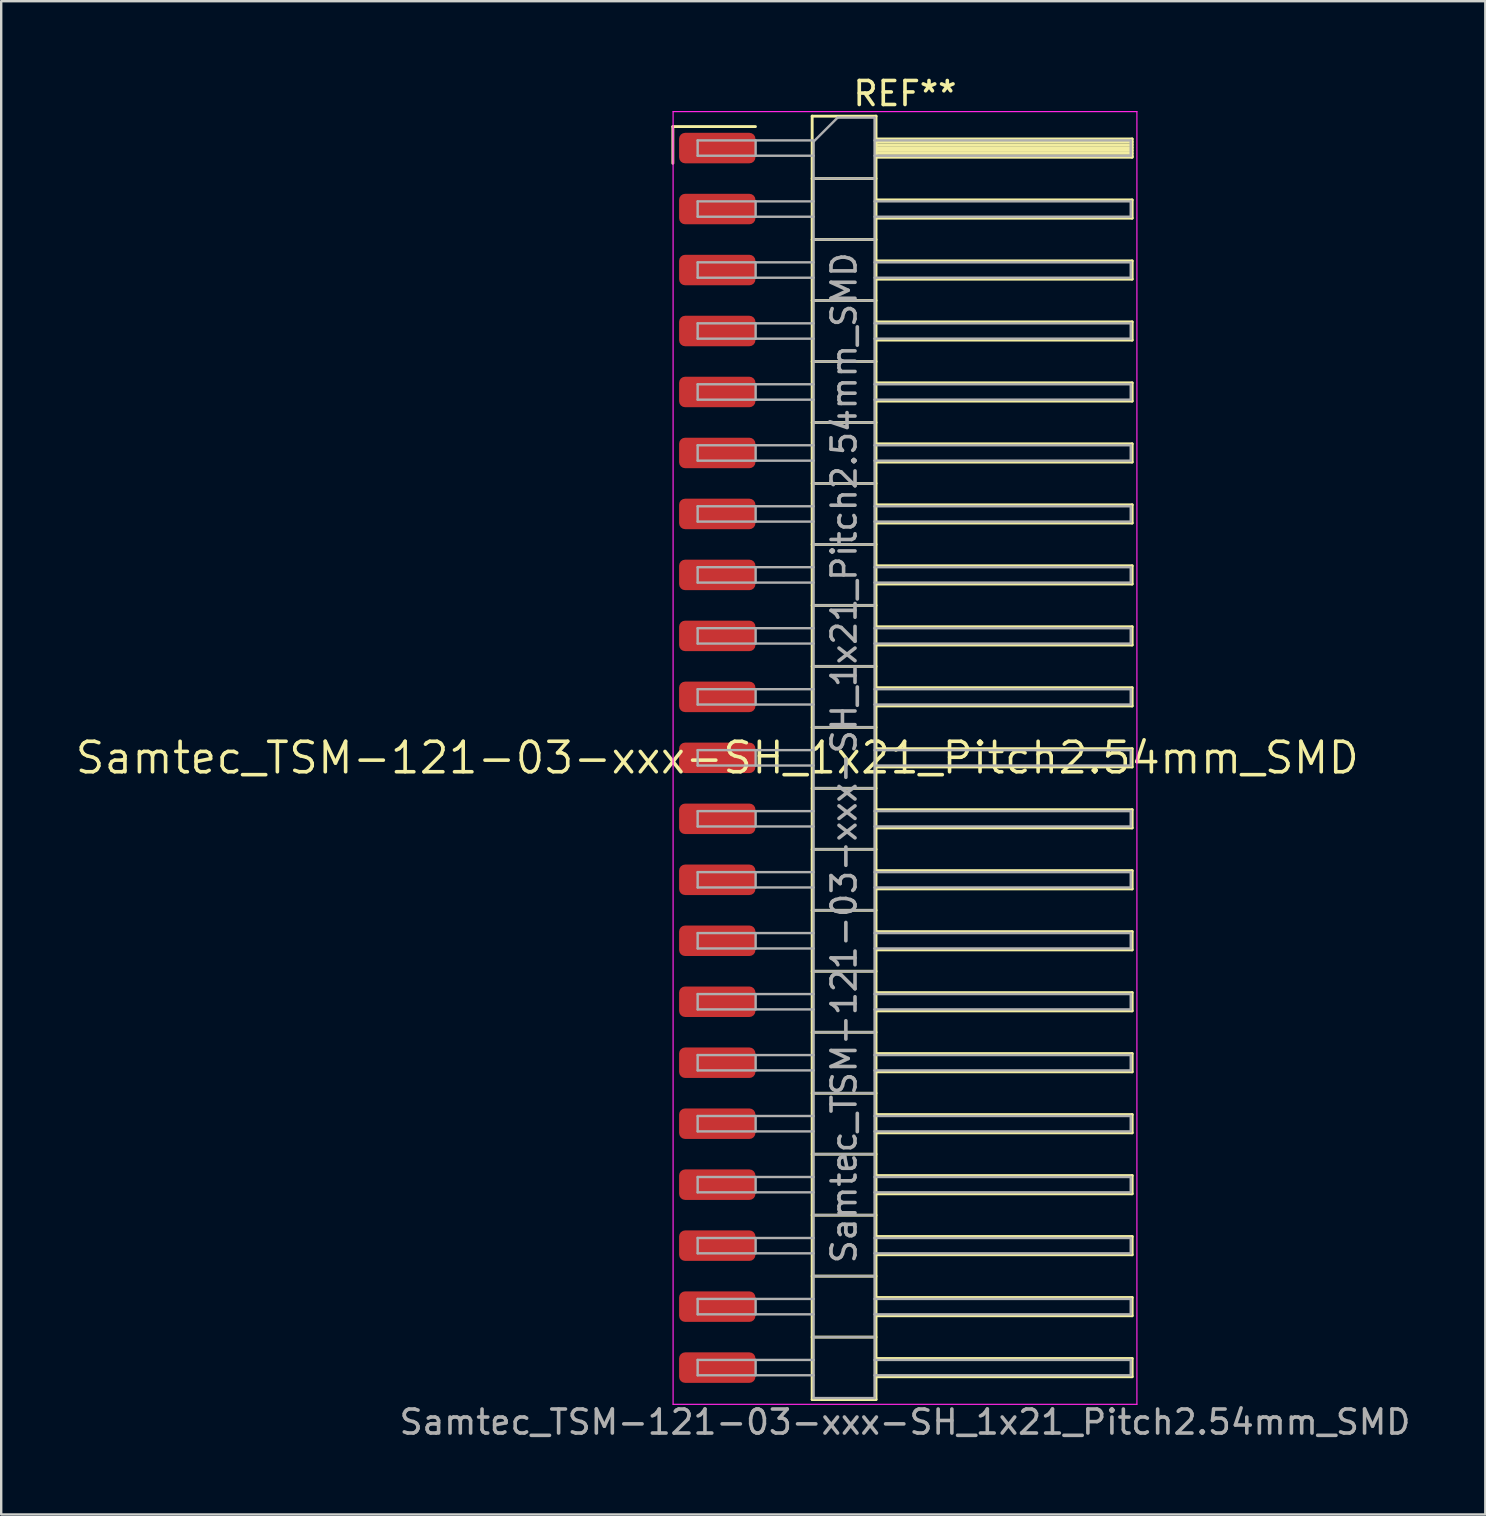
<source format=kicad_pcb>
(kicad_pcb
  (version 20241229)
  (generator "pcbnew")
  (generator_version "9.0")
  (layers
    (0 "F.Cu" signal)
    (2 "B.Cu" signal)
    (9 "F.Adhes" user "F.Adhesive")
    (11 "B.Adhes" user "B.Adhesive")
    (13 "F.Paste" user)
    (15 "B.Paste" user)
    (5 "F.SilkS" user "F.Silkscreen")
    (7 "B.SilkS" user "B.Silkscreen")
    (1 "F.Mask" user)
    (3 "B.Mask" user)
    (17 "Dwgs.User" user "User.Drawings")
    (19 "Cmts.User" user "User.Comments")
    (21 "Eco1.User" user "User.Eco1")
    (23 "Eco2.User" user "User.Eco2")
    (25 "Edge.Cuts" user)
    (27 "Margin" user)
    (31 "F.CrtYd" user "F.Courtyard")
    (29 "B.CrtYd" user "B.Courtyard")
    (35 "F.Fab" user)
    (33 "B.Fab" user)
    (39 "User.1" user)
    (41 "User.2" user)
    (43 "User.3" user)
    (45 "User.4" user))
  (footprint "Samtec_TSM-121-03-xxx-SH_1x21_Pitch2.54mm_SMD"
    (layer "F.Cu")
    (at 26.828 28.518)
    (property "Reference" "Samtec_TSM-121-03-xxx-SH_1x21_Pitch2.54mm_SMD" (at 0 0 0) (layer "F.SilkS") (effects (font (size 1.27 1.27) (thickness 0.15))))
    (attr smd)
    (fp_line (start -1.85 -26.295) (end 1.59 -26.295) (stroke (width 0.12) (type solid)) (layer "F.SilkS"))
    (fp_line (start -1.85 -24.765) (end -1.85 -26.295) (stroke (width 0.12) (type solid)) (layer "F.SilkS"))
    (fp_line (start 3.953 -26.73) (end 6.613 -26.73) (stroke (width 0.12) (type solid)) (layer "F.SilkS"))
    (fp_line (start 3.953 -24.13) (end 6.613 -24.13) (stroke (width 0.12) (type solid)) (layer "F.SilkS"))
    (fp_line (start 3.953 -21.59) (end 6.613 -21.59) (stroke (width 0.12) (type solid)) (layer "F.SilkS"))
    (fp_line (start 3.953 -19.05) (end 6.613 -19.05) (stroke (width 0.12) (type solid)) (layer "F.SilkS"))
    (fp_line (start 3.953 -16.51) (end 6.613 -16.51) (stroke (width 0.12) (type solid)) (layer "F.SilkS"))
    (fp_line (start 3.953 -13.97) (end 6.613 -13.97) (stroke (width 0.12) (type solid)) (layer "F.SilkS"))
    (fp_line (start 3.953 -11.43) (end 6.613 -11.43) (stroke (width 0.12) (type solid)) (layer "F.SilkS"))
    (fp_line (start 3.953 -8.89) (end 6.613 -8.89) (stroke (width 0.12) (type solid)) (layer "F.SilkS"))
    (fp_line (start 3.953 -6.35) (end 6.613 -6.35) (stroke (width 0.12) (type solid)) (layer "F.SilkS"))
    (fp_line (start 3.953 -3.81) (end 6.613 -3.81) (stroke (width 0.12) (type solid)) (layer "F.SilkS"))
    (fp_line (start 3.953 -1.27) (end 6.613 -1.27) (stroke (width 0.12) (type solid)) (layer "F.SilkS"))
    (fp_line (start 3.953 1.27) (end 6.613 1.27) (stroke (width 0.12) (type solid)) (layer "F.SilkS"))
    (fp_line (start 3.953 3.81) (end 6.613 3.81) (stroke (width 0.12) (type solid)) (layer "F.SilkS"))
    (fp_line (start 3.953 6.35) (end 6.613 6.35) (stroke (width 0.12) (type solid)) (layer "F.SilkS"))
    (fp_line (start 3.953 8.89) (end 6.613 8.89) (stroke (width 0.12) (type solid)) (layer "F.SilkS"))
    (fp_line (start 3.953 11.43) (end 6.613 11.43) (stroke (width 0.12) (type solid)) (layer "F.SilkS"))
    (fp_line (start 3.953 13.97) (end 6.613 13.97) (stroke (width 0.12) (type solid)) (layer "F.SilkS"))
    (fp_line (start 3.953 16.51) (end 6.613 16.51) (stroke (width 0.12) (type solid)) (layer "F.SilkS"))
    (fp_line (start 3.953 19.05) (end 6.613 19.05) (stroke (width 0.12) (type solid)) (layer "F.SilkS"))
    (fp_line (start 3.953 21.59) (end 6.613 21.59) (stroke (width 0.12) (type solid)) (layer "F.SilkS"))
    (fp_line (start 3.953 24.13) (end 6.613 24.13) (stroke (width 0.12) (type solid)) (layer "F.SilkS"))
    (fp_line (start 3.953 26.73) (end 3.953 -26.73) (stroke (width 0.12) (type solid)) (layer "F.SilkS"))
    (fp_line (start 6.613 -26.73) (end 6.613 26.73) (stroke (width 0.12) (type solid)) (layer "F.SilkS"))
    (fp_line (start 6.613 -25.78) (end 17.283 -25.78) (stroke (width 0.12) (type solid)) (layer "F.SilkS"))
    (fp_line (start 6.613 -25.66) (end 17.283 -25.66) (stroke (width 0.12) (type solid)) (layer "F.SilkS"))
    (fp_line (start 6.613 -25.54) (end 17.283 -25.54) (stroke (width 0.12) (type solid)) (layer "F.SilkS"))
    (fp_line (start 6.613 -25.42) (end 17.283 -25.42) (stroke (width 0.12) (type solid)) (layer "F.SilkS"))
    (fp_line (start 6.613 -25.3) (end 17.283 -25.3) (stroke (width 0.12) (type solid)) (layer "F.SilkS"))
    (fp_line (start 6.613 -25.18) (end 17.283 -25.18) (stroke (width 0.12) (type solid)) (layer "F.SilkS"))
    (fp_line (start 6.613 -25.06) (end 17.283 -25.06) (stroke (width 0.12) (type solid)) (layer "F.SilkS"))
    (fp_line (start 6.613 -25.02) (end 17.283 -25.02) (stroke (width 0.12) (type solid)) (layer "F.SilkS"))
    (fp_line (start 6.613 -23.24) (end 17.283 -23.24) (stroke (width 0.12) (type solid)) (layer "F.SilkS"))
    (fp_line (start 6.613 -22.48) (end 17.283 -22.48) (stroke (width 0.12) (type solid)) (layer "F.SilkS"))
    (fp_line (start 6.613 -20.7) (end 17.283 -20.7) (stroke (width 0.12) (type solid)) (layer "F.SilkS"))
    (fp_line (start 6.613 -19.94) (end 17.283 -19.94) (stroke (width 0.12) (type solid)) (layer "F.SilkS"))
    (fp_line (start 6.613 -18.16) (end 17.283 -18.16) (stroke (width 0.12) (type solid)) (layer "F.SilkS"))
    (fp_line (start 6.613 -17.4) (end 17.283 -17.4) (stroke (width 0.12) (type solid)) (layer "F.SilkS"))
    (fp_line (start 6.613 -15.62) (end 17.283 -15.62) (stroke (width 0.12) (type solid)) (layer "F.SilkS"))
    (fp_line (start 6.613 -14.86) (end 17.283 -14.86) (stroke (width 0.12) (type solid)) (layer "F.SilkS"))
    (fp_line (start 6.613 -13.08) (end 17.283 -13.08) (stroke (width 0.12) (type solid)) (layer "F.SilkS"))
    (fp_line (start 6.613 -12.32) (end 17.283 -12.32) (stroke (width 0.12) (type solid)) (layer "F.SilkS"))
    (fp_line (start 6.613 -10.54) (end 17.283 -10.54) (stroke (width 0.12) (type solid)) (layer "F.SilkS"))
    (fp_line (start 6.613 -9.78) (end 17.283 -9.78) (stroke (width 0.12) (type solid)) (layer "F.SilkS"))
    (fp_line (start 6.613 -8) (end 17.283 -8) (stroke (width 0.12) (type solid)) (layer "F.SilkS"))
    (fp_line (start 6.613 -7.24) (end 17.283 -7.24) (stroke (width 0.12) (type solid)) (layer "F.SilkS"))
    (fp_line (start 6.613 -5.46) (end 17.283 -5.46) (stroke (width 0.12) (type solid)) (layer "F.SilkS"))
    (fp_line (start 6.613 -4.7) (end 17.283 -4.7) (stroke (width 0.12) (type solid)) (layer "F.SilkS"))
    (fp_line (start 6.613 -2.92) (end 17.283 -2.92) (stroke (width 0.12) (type solid)) (layer "F.SilkS"))
    (fp_line (start 6.613 -2.16) (end 17.283 -2.16) (stroke (width 0.12) (type solid)) (layer "F.SilkS"))
    (fp_line (start 6.613 -0.38) (end 17.283 -0.38) (stroke (width 0.12) (type solid)) (layer "F.SilkS"))
    (fp_line (start 6.613 0.38) (end 17.283 0.38) (stroke (width 0.12) (type solid)) (layer "F.SilkS"))
    (fp_line (start 6.613 2.16) (end 17.283 2.16) (stroke (width 0.12) (type solid)) (layer "F.SilkS"))
    (fp_line (start 6.613 2.92) (end 17.283 2.92) (stroke (width 0.12) (type solid)) (layer "F.SilkS"))
    (fp_line (start 6.613 4.7) (end 17.283 4.7) (stroke (width 0.12) (type solid)) (layer "F.SilkS"))
    (fp_line (start 6.613 5.46) (end 17.283 5.46) (stroke (width 0.12) (type solid)) (layer "F.SilkS"))
    (fp_line (start 6.613 7.24) (end 17.283 7.24) (stroke (width 0.12) (type solid)) (layer "F.SilkS"))
    (fp_line (start 6.613 8) (end 17.283 8) (stroke (width 0.12) (type solid)) (layer "F.SilkS"))
    (fp_line (start 6.613 9.78) (end 17.283 9.78) (stroke (width 0.12) (type solid)) (layer "F.SilkS"))
    (fp_line (start 6.613 10.54) (end 17.283 10.54) (stroke (width 0.12) (type solid)) (layer "F.SilkS"))
    (fp_line (start 6.613 12.32) (end 17.283 12.32) (stroke (width 0.12) (type solid)) (layer "F.SilkS"))
    (fp_line (start 6.613 13.08) (end 17.283 13.08) (stroke (width 0.12) (type solid)) (layer "F.SilkS"))
    (fp_line (start 6.613 14.86) (end 17.283 14.86) (stroke (width 0.12) (type solid)) (layer "F.SilkS"))
    (fp_line (start 6.613 15.62) (end 17.283 15.62) (stroke (width 0.12) (type solid)) (layer "F.SilkS"))
    (fp_line (start 6.613 17.4) (end 17.283 17.4) (stroke (width 0.12) (type solid)) (layer "F.SilkS"))
    (fp_line (start 6.613 18.16) (end 17.283 18.16) (stroke (width 0.12) (type solid)) (layer "F.SilkS"))
    (fp_line (start 6.613 19.94) (end 17.283 19.94) (stroke (width 0.12) (type solid)) (layer "F.SilkS"))
    (fp_line (start 6.613 20.7) (end 17.283 20.7) (stroke (width 0.12) (type solid)) (layer "F.SilkS"))
    (fp_line (start 6.613 22.48) (end 17.283 22.48) (stroke (width 0.12) (type solid)) (layer "F.SilkS"))
    (fp_line (start 6.613 23.24) (end 17.283 23.24) (stroke (width 0.12) (type solid)) (layer "F.SilkS"))
    (fp_line (start 6.613 25.02) (end 17.283 25.02) (stroke (width 0.12) (type solid)) (layer "F.SilkS"))
    (fp_line (start 6.613 25.78) (end 17.283 25.78) (stroke (width 0.12) (type solid)) (layer "F.SilkS"))
    (fp_line (start 6.613 26.73) (end 3.953 26.73) (stroke (width 0.12) (type solid)) (layer "F.SilkS"))
    (fp_line (start 17.283 -25.78) (end 17.283 -25.02) (stroke (width 0.12) (type solid)) (layer "F.SilkS"))
    (fp_line (start 17.283 -23.24) (end 17.283 -22.48) (stroke (width 0.12) (type solid)) (layer "F.SilkS"))
    (fp_line (start 17.283 -20.7) (end 17.283 -19.94) (stroke (width 0.12) (type solid)) (layer "F.SilkS"))
    (fp_line (start 17.283 -18.16) (end 17.283 -17.4) (stroke (width 0.12) (type solid)) (layer "F.SilkS"))
    (fp_line (start 17.283 -15.62) (end 17.283 -14.86) (stroke (width 0.12) (type solid)) (layer "F.SilkS"))
    (fp_line (start 17.283 -13.08) (end 17.283 -12.32) (stroke (width 0.12) (type solid)) (layer "F.SilkS"))
    (fp_line (start 17.283 -10.54) (end 17.283 -9.78) (stroke (width 0.12) (type solid)) (layer "F.SilkS"))
    (fp_line (start 17.283 -8) (end 17.283 -7.24) (stroke (width 0.12) (type solid)) (layer "F.SilkS"))
    (fp_line (start 17.283 -5.46) (end 17.283 -4.7) (stroke (width 0.12) (type solid)) (layer "F.SilkS"))
    (fp_line (start 17.283 -2.92) (end 17.283 -2.16) (stroke (width 0.12) (type solid)) (layer "F.SilkS"))
    (fp_line (start 17.283 -0.38) (end 17.283 0.38) (stroke (width 0.12) (type solid)) (layer "F.SilkS"))
    (fp_line (start 17.283 2.16) (end 17.283 2.92) (stroke (width 0.12) (type solid)) (layer "F.SilkS"))
    (fp_line (start 17.283 4.7) (end 17.283 5.46) (stroke (width 0.12) (type solid)) (layer "F.SilkS"))
    (fp_line (start 17.283 7.24) (end 17.283 8) (stroke (width 0.12) (type solid)) (layer "F.SilkS"))
    (fp_line (start 17.283 9.78) (end 17.283 10.54) (stroke (width 0.12) (type solid)) (layer "F.SilkS"))
    (fp_line (start 17.283 12.32) (end 17.283 13.08) (stroke (width 0.12) (type solid)) (layer "F.SilkS"))
    (fp_line (start 17.283 14.86) (end 17.283 15.62) (stroke (width 0.12) (type solid)) (layer "F.SilkS"))
    (fp_line (start 17.283 17.4) (end 17.283 18.16) (stroke (width 0.12) (type solid)) (layer "F.SilkS"))
    (fp_line (start 17.283 19.94) (end 17.283 20.7) (stroke (width 0.12) (type solid)) (layer "F.SilkS"))
    (fp_line (start 17.283 22.48) (end 17.283 23.24) (stroke (width 0.12) (type solid)) (layer "F.SilkS"))
    (fp_line (start 17.283 25.02) (end 17.283 25.78) (stroke (width 0.12) (type solid)) (layer "F.SilkS"))
    (fp_line (start -1.84 -26.92) (end 17.48 -26.92) (stroke (width 0.05) (type solid)) (layer "F.CrtYd"))
    (fp_line (start -1.84 26.93) (end -1.84 -26.92) (stroke (width 0.05) (type solid)) (layer "F.CrtYd"))
    (fp_line (start 17.48 -26.92) (end 17.48 26.93) (stroke (width 0.05) (type solid)) (layer "F.CrtYd"))
    (fp_line (start 17.48 26.93) (end -1.84 26.93) (stroke (width 0.05) (type solid)) (layer "F.CrtYd"))
    (fp_line (start -0.817 -25.72) (end -0.817 -25.08) (stroke (width 0.1) (type solid)) (layer "F.Fab"))
    (fp_line (start -0.817 -25.72) (end 4.013 -25.72) (stroke (width 0.1) (type solid)) (layer "F.Fab"))
    (fp_line (start -0.817 -25.08) (end 4.013 -25.08) (stroke (width 0.1) (type solid)) (layer "F.Fab"))
    (fp_line (start -0.817 -23.18) (end -0.817 -22.54) (stroke (width 0.1) (type solid)) (layer "F.Fab"))
    (fp_line (start -0.817 -23.18) (end 4.013 -23.18) (stroke (width 0.1) (type solid)) (layer "F.Fab"))
    (fp_line (start -0.817 -22.54) (end 4.013 -22.54) (stroke (width 0.1) (type solid)) (layer "F.Fab"))
    (fp_line (start -0.817 -20.64) (end -0.817 -20) (stroke (width 0.1) (type solid)) (layer "F.Fab"))
    (fp_line (start -0.817 -20.64) (end 4.013 -20.64) (stroke (width 0.1) (type solid)) (layer "F.Fab"))
    (fp_line (start -0.817 -20) (end 4.013 -20) (stroke (width 0.1) (type solid)) (layer "F.Fab"))
    (fp_line (start -0.817 -18.1) (end -0.817 -17.46) (stroke (width 0.1) (type solid)) (layer "F.Fab"))
    (fp_line (start -0.817 -18.1) (end 4.013 -18.1) (stroke (width 0.1) (type solid)) (layer "F.Fab"))
    (fp_line (start -0.817 -17.46) (end 4.013 -17.46) (stroke (width 0.1) (type solid)) (layer "F.Fab"))
    (fp_line (start -0.817 -15.56) (end -0.817 -14.92) (stroke (width 0.1) (type solid)) (layer "F.Fab"))
    (fp_line (start -0.817 -15.56) (end 4.013 -15.56) (stroke (width 0.1) (type solid)) (layer "F.Fab"))
    (fp_line (start -0.817 -14.92) (end 4.013 -14.92) (stroke (width 0.1) (type solid)) (layer "F.Fab"))
    (fp_line (start -0.817 -13.02) (end -0.817 -12.38) (stroke (width 0.1) (type solid)) (layer "F.Fab"))
    (fp_line (start -0.817 -13.02) (end 4.013 -13.02) (stroke (width 0.1) (type solid)) (layer "F.Fab"))
    (fp_line (start -0.817 -12.38) (end 4.013 -12.38) (stroke (width 0.1) (type solid)) (layer "F.Fab"))
    (fp_line (start -0.817 -10.48) (end -0.817 -9.84) (stroke (width 0.1) (type solid)) (layer "F.Fab"))
    (fp_line (start -0.817 -10.48) (end 4.013 -10.48) (stroke (width 0.1) (type solid)) (layer "F.Fab"))
    (fp_line (start -0.817 -9.84) (end 4.013 -9.84) (stroke (width 0.1) (type solid)) (layer "F.Fab"))
    (fp_line (start -0.817 -7.94) (end -0.817 -7.3) (stroke (width 0.1) (type solid)) (layer "F.Fab"))
    (fp_line (start -0.817 -7.94) (end 4.013 -7.94) (stroke (width 0.1) (type solid)) (layer "F.Fab"))
    (fp_line (start -0.817 -7.3) (end 4.013 -7.3) (stroke (width 0.1) (type solid)) (layer "F.Fab"))
    (fp_line (start -0.817 -5.4) (end -0.817 -4.76) (stroke (width 0.1) (type solid)) (layer "F.Fab"))
    (fp_line (start -0.817 -5.4) (end 4.013 -5.4) (stroke (width 0.1) (type solid)) (layer "F.Fab"))
    (fp_line (start -0.817 -4.76) (end 4.013 -4.76) (stroke (width 0.1) (type solid)) (layer "F.Fab"))
    (fp_line (start -0.817 -2.86) (end -0.817 -2.22) (stroke (width 0.1) (type solid)) (layer "F.Fab"))
    (fp_line (start -0.817 -2.86) (end 4.013 -2.86) (stroke (width 0.1) (type solid)) (layer "F.Fab"))
    (fp_line (start -0.817 -2.22) (end 4.013 -2.22) (stroke (width 0.1) (type solid)) (layer "F.Fab"))
    (fp_line (start -0.817 -0.32) (end -0.817 0.32) (stroke (width 0.1) (type solid)) (layer "F.Fab"))
    (fp_line (start -0.817 -0.32) (end 4.013 -0.32) (stroke (width 0.1) (type solid)) (layer "F.Fab"))
    (fp_line (start -0.817 0.32) (end 4.013 0.32) (stroke (width 0.1) (type solid)) (layer "F.Fab"))
    (fp_line (start -0.817 2.22) (end -0.817 2.86) (stroke (width 0.1) (type solid)) (layer "F.Fab"))
    (fp_line (start -0.817 2.22) (end 4.013 2.22) (stroke (width 0.1) (type solid)) (layer "F.Fab"))
    (fp_line (start -0.817 2.86) (end 4.013 2.86) (stroke (width 0.1) (type solid)) (layer "F.Fab"))
    (fp_line (start -0.817 4.76) (end -0.817 5.4) (stroke (width 0.1) (type solid)) (layer "F.Fab"))
    (fp_line (start -0.817 4.76) (end 4.013 4.76) (stroke (width 0.1) (type solid)) (layer "F.Fab"))
    (fp_line (start -0.817 5.4) (end 4.013 5.4) (stroke (width 0.1) (type solid)) (layer "F.Fab"))
    (fp_line (start -0.817 7.3) (end -0.817 7.94) (stroke (width 0.1) (type solid)) (layer "F.Fab"))
    (fp_line (start -0.817 7.3) (end 4.013 7.3) (stroke (width 0.1) (type solid)) (layer "F.Fab"))
    (fp_line (start -0.817 7.94) (end 4.013 7.94) (stroke (width 0.1) (type solid)) (layer "F.Fab"))
    (fp_line (start -0.817 9.84) (end -0.817 10.48) (stroke (width 0.1) (type solid)) (layer "F.Fab"))
    (fp_line (start -0.817 9.84) (end 4.013 9.84) (stroke (width 0.1) (type solid)) (layer "F.Fab"))
    (fp_line (start -0.817 10.48) (end 4.013 10.48) (stroke (width 0.1) (type solid)) (layer "F.Fab"))
    (fp_line (start -0.817 12.38) (end -0.817 13.02) (stroke (width 0.1) (type solid)) (layer "F.Fab"))
    (fp_line (start -0.817 12.38) (end 4.013 12.38) (stroke (width 0.1) (type solid)) (layer "F.Fab"))
    (fp_line (start -0.817 13.02) (end 4.013 13.02) (stroke (width 0.1) (type solid)) (layer "F.Fab"))
    (fp_line (start -0.817 14.92) (end -0.817 15.56) (stroke (width 0.1) (type solid)) (layer "F.Fab"))
    (fp_line (start -0.817 14.92) (end 4.013 14.92) (stroke (width 0.1) (type solid)) (layer "F.Fab"))
    (fp_line (start -0.817 15.56) (end 4.013 15.56) (stroke (width 0.1) (type solid)) (layer "F.Fab"))
    (fp_line (start -0.817 17.46) (end -0.817 18.1) (stroke (width 0.1) (type solid)) (layer "F.Fab"))
    (fp_line (start -0.817 17.46) (end 4.013 17.46) (stroke (width 0.1) (type solid)) (layer "F.Fab"))
    (fp_line (start -0.817 18.1) (end 4.013 18.1) (stroke (width 0.1) (type solid)) (layer "F.Fab"))
    (fp_line (start -0.817 20) (end -0.817 20.64) (stroke (width 0.1) (type solid)) (layer "F.Fab"))
    (fp_line (start -0.817 20) (end 4.013 20) (stroke (width 0.1) (type solid)) (layer "F.Fab"))
    (fp_line (start -0.817 20.64) (end 4.013 20.64) (stroke (width 0.1) (type solid)) (layer "F.Fab"))
    (fp_line (start -0.817 22.54) (end -0.817 23.18) (stroke (width 0.1) (type solid)) (layer "F.Fab"))
    (fp_line (start -0.817 22.54) (end 4.013 22.54) (stroke (width 0.1) (type solid)) (layer "F.Fab"))
    (fp_line (start -0.817 23.18) (end 4.013 23.18) (stroke (width 0.1) (type solid)) (layer "F.Fab"))
    (fp_line (start -0.817 25.08) (end -0.817 25.72) (stroke (width 0.1) (type solid)) (layer "F.Fab"))
    (fp_line (start -0.817 25.08) (end 4.013 25.08) (stroke (width 0.1) (type solid)) (layer "F.Fab"))
    (fp_line (start -0.817 25.72) (end 4.013 25.72) (stroke (width 0.1) (type solid)) (layer "F.Fab"))
    (fp_line (start 1.598 -25.72) (end 1.598 -25.08) (stroke (width 0.1) (type solid)) (layer "F.Fab"))
    (fp_line (start 1.598 -23.18) (end 1.598 -22.54) (stroke (width 0.1) (type solid)) (layer "F.Fab"))
    (fp_line (start 1.598 -20.64) (end 1.598 -20) (stroke (width 0.1) (type solid)) (layer "F.Fab"))
    (fp_line (start 1.598 -18.1) (end 1.598 -17.46) (stroke (width 0.1) (type solid)) (layer "F.Fab"))
    (fp_line (start 1.598 -15.56) (end 1.598 -14.92) (stroke (width 0.1) (type solid)) (layer "F.Fab"))
    (fp_line (start 1.598 -13.02) (end 1.598 -12.38) (stroke (width 0.1) (type solid)) (layer "F.Fab"))
    (fp_line (start 1.598 -10.48) (end 1.598 -9.84) (stroke (width 0.1) (type solid)) (layer "F.Fab"))
    (fp_line (start 1.598 -7.94) (end 1.598 -7.3) (stroke (width 0.1) (type solid)) (layer "F.Fab"))
    (fp_line (start 1.598 -5.4) (end 1.598 -4.76) (stroke (width 0.1) (type solid)) (layer "F.Fab"))
    (fp_line (start 1.598 -2.86) (end 1.598 -2.22) (stroke (width 0.1) (type solid)) (layer "F.Fab"))
    (fp_line (start 1.598 -0.32) (end 1.598 0.32) (stroke (width 0.1) (type solid)) (layer "F.Fab"))
    (fp_line (start 1.598 2.22) (end 1.598 2.86) (stroke (width 0.1) (type solid)) (layer "F.Fab"))
    (fp_line (start 1.598 4.76) (end 1.598 5.4) (stroke (width 0.1) (type solid)) (layer "F.Fab"))
    (fp_line (start 1.598 7.3) (end 1.598 7.94) (stroke (width 0.1) (type solid)) (layer "F.Fab"))
    (fp_line (start 1.598 9.84) (end 1.598 10.48) (stroke (width 0.1) (type solid)) (layer "F.Fab"))
    (fp_line (start 1.598 12.38) (end 1.598 13.02) (stroke (width 0.1) (type solid)) (layer "F.Fab"))
    (fp_line (start 1.598 14.92) (end 1.598 15.56) (stroke (width 0.1) (type solid)) (layer "F.Fab"))
    (fp_line (start 1.598 17.46) (end 1.598 18.1) (stroke (width 0.1) (type solid)) (layer "F.Fab"))
    (fp_line (start 1.598 20) (end 1.598 20.64) (stroke (width 0.1) (type solid)) (layer "F.Fab"))
    (fp_line (start 1.598 22.54) (end 1.598 23.18) (stroke (width 0.1) (type solid)) (layer "F.Fab"))
    (fp_line (start 1.598 25.08) (end 1.598 25.72) (stroke (width 0.1) (type solid)) (layer "F.Fab"))
    (fp_line (start 4.013 -25.67) (end 5.013 -26.67) (stroke (width 0.1) (type solid)) (layer "F.Fab"))
    (fp_line (start 4.013 -24.13) (end 6.553 -24.13) (stroke (width 0.1) (type solid)) (layer "F.Fab"))
    (fp_line (start 4.013 -21.59) (end 6.553 -21.59) (stroke (width 0.1) (type solid)) (layer "F.Fab"))
    (fp_line (start 4.013 -19.05) (end 6.553 -19.05) (stroke (width 0.1) (type solid)) (layer "F.Fab"))
    (fp_line (start 4.013 -16.51) (end 6.553 -16.51) (stroke (width 0.1) (type solid)) (layer "F.Fab"))
    (fp_line (start 4.013 -13.97) (end 6.553 -13.97) (stroke (width 0.1) (type solid)) (layer "F.Fab"))
    (fp_line (start 4.013 -11.43) (end 6.553 -11.43) (stroke (width 0.1) (type solid)) (layer "F.Fab"))
    (fp_line (start 4.013 -8.89) (end 6.553 -8.89) (stroke (width 0.1) (type solid)) (layer "F.Fab"))
    (fp_line (start 4.013 -6.35) (end 6.553 -6.35) (stroke (width 0.1) (type solid)) (layer "F.Fab"))
    (fp_line (start 4.013 -3.81) (end 6.553 -3.81) (stroke (width 0.1) (type solid)) (layer "F.Fab"))
    (fp_line (start 4.013 -1.27) (end 6.553 -1.27) (stroke (width 0.1) (type solid)) (layer "F.Fab"))
    (fp_line (start 4.013 1.27) (end 6.553 1.27) (stroke (width 0.1) (type solid)) (layer "F.Fab"))
    (fp_line (start 4.013 3.81) (end 6.553 3.81) (stroke (width 0.1) (type solid)) (layer "F.Fab"))
    (fp_line (start 4.013 6.35) (end 6.553 6.35) (stroke (width 0.1) (type solid)) (layer "F.Fab"))
    (fp_line (start 4.013 8.89) (end 6.553 8.89) (stroke (width 0.1) (type solid)) (layer "F.Fab"))
    (fp_line (start 4.013 11.43) (end 6.553 11.43) (stroke (width 0.1) (type solid)) (layer "F.Fab"))
    (fp_line (start 4.013 13.97) (end 6.553 13.97) (stroke (width 0.1) (type solid)) (layer "F.Fab"))
    (fp_line (start 4.013 16.51) (end 6.553 16.51) (stroke (width 0.1) (type solid)) (layer "F.Fab"))
    (fp_line (start 4.013 19.05) (end 6.553 19.05) (stroke (width 0.1) (type solid)) (layer "F.Fab"))
    (fp_line (start 4.013 21.59) (end 6.553 21.59) (stroke (width 0.1) (type solid)) (layer "F.Fab"))
    (fp_line (start 4.013 24.13) (end 6.553 24.13) (stroke (width 0.1) (type solid)) (layer "F.Fab"))
    (fp_line (start 4.013 26.67) (end 4.013 -25.67) (stroke (width 0.1) (type solid)) (layer "F.Fab"))
    (fp_line (start 5.013 -26.67) (end 6.553 -26.67) (stroke (width 0.1) (type solid)) (layer "F.Fab"))
    (fp_line (start 6.553 -26.67) (end 6.553 26.67) (stroke (width 0.1) (type solid)) (layer "F.Fab"))
    (fp_line (start 6.553 -25.72) (end 17.223 -25.72) (stroke (width 0.1) (type solid)) (layer "F.Fab"))
    (fp_line (start 6.553 -25.08) (end 17.223 -25.08) (stroke (width 0.1) (type solid)) (layer "F.Fab"))
    (fp_line (start 6.553 -23.18) (end 17.223 -23.18) (stroke (width 0.1) (type solid)) (layer "F.Fab"))
    (fp_line (start 6.553 -22.54) (end 17.223 -22.54) (stroke (width 0.1) (type solid)) (layer "F.Fab"))
    (fp_line (start 6.553 -20.64) (end 17.223 -20.64) (stroke (width 0.1) (type solid)) (layer "F.Fab"))
    (fp_line (start 6.553 -20) (end 17.223 -20) (stroke (width 0.1) (type solid)) (layer "F.Fab"))
    (fp_line (start 6.553 -18.1) (end 17.223 -18.1) (stroke (width 0.1) (type solid)) (layer "F.Fab"))
    (fp_line (start 6.553 -17.46) (end 17.223 -17.46) (stroke (width 0.1) (type solid)) (layer "F.Fab"))
    (fp_line (start 6.553 -15.56) (end 17.223 -15.56) (stroke (width 0.1) (type solid)) (layer "F.Fab"))
    (fp_line (start 6.553 -14.92) (end 17.223 -14.92) (stroke (width 0.1) (type solid)) (layer "F.Fab"))
    (fp_line (start 6.553 -13.02) (end 17.223 -13.02) (stroke (width 0.1) (type solid)) (layer "F.Fab"))
    (fp_line (start 6.553 -12.38) (end 17.223 -12.38) (stroke (width 0.1) (type solid)) (layer "F.Fab"))
    (fp_line (start 6.553 -10.48) (end 17.223 -10.48) (stroke (width 0.1) (type solid)) (layer "F.Fab"))
    (fp_line (start 6.553 -9.84) (end 17.223 -9.84) (stroke (width 0.1) (type solid)) (layer "F.Fab"))
    (fp_line (start 6.553 -7.94) (end 17.223 -7.94) (stroke (width 0.1) (type solid)) (layer "F.Fab"))
    (fp_line (start 6.553 -7.3) (end 17.223 -7.3) (stroke (width 0.1) (type solid)) (layer "F.Fab"))
    (fp_line (start 6.553 -5.4) (end 17.223 -5.4) (stroke (width 0.1) (type solid)) (layer "F.Fab"))
    (fp_line (start 6.553 -4.76) (end 17.223 -4.76) (stroke (width 0.1) (type solid)) (layer "F.Fab"))
    (fp_line (start 6.553 -2.86) (end 17.223 -2.86) (stroke (width 0.1) (type solid)) (layer "F.Fab"))
    (fp_line (start 6.553 -2.22) (end 17.223 -2.22) (stroke (width 0.1) (type solid)) (layer "F.Fab"))
    (fp_line (start 6.553 -0.32) (end 17.223 -0.32) (stroke (width 0.1) (type solid)) (layer "F.Fab"))
    (fp_line (start 6.553 0.32) (end 17.223 0.32) (stroke (width 0.1) (type solid)) (layer "F.Fab"))
    (fp_line (start 6.553 2.22) (end 17.223 2.22) (stroke (width 0.1) (type solid)) (layer "F.Fab"))
    (fp_line (start 6.553 2.86) (end 17.223 2.86) (stroke (width 0.1) (type solid)) (layer "F.Fab"))
    (fp_line (start 6.553 4.76) (end 17.223 4.76) (stroke (width 0.1) (type solid)) (layer "F.Fab"))
    (fp_line (start 6.553 5.4) (end 17.223 5.4) (stroke (width 0.1) (type solid)) (layer "F.Fab"))
    (fp_line (start 6.553 7.3) (end 17.223 7.3) (stroke (width 0.1) (type solid)) (layer "F.Fab"))
    (fp_line (start 6.553 7.94) (end 17.223 7.94) (stroke (width 0.1) (type solid)) (layer "F.Fab"))
    (fp_line (start 6.553 9.84) (end 17.223 9.84) (stroke (width 0.1) (type solid)) (layer "F.Fab"))
    (fp_line (start 6.553 10.48) (end 17.223 10.48) (stroke (width 0.1) (type solid)) (layer "F.Fab"))
    (fp_line (start 6.553 12.38) (end 17.223 12.38) (stroke (width 0.1) (type solid)) (layer "F.Fab"))
    (fp_line (start 6.553 13.02) (end 17.223 13.02) (stroke (width 0.1) (type solid)) (layer "F.Fab"))
    (fp_line (start 6.553 14.92) (end 17.223 14.92) (stroke (width 0.1) (type solid)) (layer "F.Fab"))
    (fp_line (start 6.553 15.56) (end 17.223 15.56) (stroke (width 0.1) (type solid)) (layer "F.Fab"))
    (fp_line (start 6.553 17.46) (end 17.223 17.46) (stroke (width 0.1) (type solid)) (layer "F.Fab"))
    (fp_line (start 6.553 18.1) (end 17.223 18.1) (stroke (width 0.1) (type solid)) (layer "F.Fab"))
    (fp_line (start 6.553 20) (end 17.223 20) (stroke (width 0.1) (type solid)) (layer "F.Fab"))
    (fp_line (start 6.553 20.64) (end 17.223 20.64) (stroke (width 0.1) (type solid)) (layer "F.Fab"))
    (fp_line (start 6.553 22.54) (end 17.223 22.54) (stroke (width 0.1) (type solid)) (layer "F.Fab"))
    (fp_line (start 6.553 23.18) (end 17.223 23.18) (stroke (width 0.1) (type solid)) (layer "F.Fab"))
    (fp_line (start 6.553 25.08) (end 17.223 25.08) (stroke (width 0.1) (type solid)) (layer "F.Fab"))
    (fp_line (start 6.553 25.72) (end 17.223 25.72) (stroke (width 0.1) (type solid)) (layer "F.Fab"))
    (fp_line (start 6.553 26.67) (end 4.013 26.67) (stroke (width 0.1) (type solid)) (layer "F.Fab"))
    (fp_line (start 17.223 -25.72) (end 17.223 -25.08) (stroke (width 0.1) (type solid)) (layer "F.Fab"))
    (fp_line (start 17.223 -23.18) (end 17.223 -22.54) (stroke (width 0.1) (type solid)) (layer "F.Fab"))
    (fp_line (start 17.223 -20.64) (end 17.223 -20) (stroke (width 0.1) (type solid)) (layer "F.Fab"))
    (fp_line (start 17.223 -18.1) (end 17.223 -17.46) (stroke (width 0.1) (type solid)) (layer "F.Fab"))
    (fp_line (start 17.223 -15.56) (end 17.223 -14.92) (stroke (width 0.1) (type solid)) (layer "F.Fab"))
    (fp_line (start 17.223 -13.02) (end 17.223 -12.38) (stroke (width 0.1) (type solid)) (layer "F.Fab"))
    (fp_line (start 17.223 -10.48) (end 17.223 -9.84) (stroke (width 0.1) (type solid)) (layer "F.Fab"))
    (fp_line (start 17.223 -7.94) (end 17.223 -7.3) (stroke (width 0.1) (type solid)) (layer "F.Fab"))
    (fp_line (start 17.223 -5.4) (end 17.223 -4.76) (stroke (width 0.1) (type solid)) (layer "F.Fab"))
    (fp_line (start 17.223 -2.86) (end 17.223 -2.22) (stroke (width 0.1) (type solid)) (layer "F.Fab"))
    (fp_line (start 17.223 -0.32) (end 17.223 0.32) (stroke (width 0.1) (type solid)) (layer "F.Fab"))
    (fp_line (start 17.223 2.22) (end 17.223 2.86) (stroke (width 0.1) (type solid)) (layer "F.Fab"))
    (fp_line (start 17.223 4.76) (end 17.223 5.4) (stroke (width 0.1) (type solid)) (layer "F.Fab"))
    (fp_line (start 17.223 7.3) (end 17.223 7.94) (stroke (width 0.1) (type solid)) (layer "F.Fab"))
    (fp_line (start 17.223 9.84) (end 17.223 10.48) (stroke (width 0.1) (type solid)) (layer "F.Fab"))
    (fp_line (start 17.223 12.38) (end 17.223 13.02) (stroke (width 0.1) (type solid)) (layer "F.Fab"))
    (fp_line (start 17.223 14.92) (end 17.223 15.56) (stroke (width 0.1) (type solid)) (layer "F.Fab"))
    (fp_line (start 17.223 17.46) (end 17.223 18.1) (stroke (width 0.1) (type solid)) (layer "F.Fab"))
    (fp_line (start 17.223 20) (end 17.223 20.64) (stroke (width 0.1) (type solid)) (layer "F.Fab"))
    (fp_line (start 17.223 22.54) (end 17.223 23.18) (stroke (width 0.1) (type solid)) (layer "F.Fab"))
    (fp_line (start 17.223 25.08) (end 17.223 25.72) (stroke (width 0.1) (type solid)) (layer "F.Fab"))
    (fp_text user "REF**" (at 7.82 -27.67 0) (layer "F.SilkS") (effects (font (size 1 1) (thickness 0.15))))
    (fp_text user "Samtec_TSM-121-03-xxx-SH_1x21_Pitch2.54mm_SMD" (at 7.82 27.67 0) (layer "F.Fab") (effects (font (size 1 1) (thickness 0.15))))
    (fp_text user "${REFERENCE}" (at 5.283 0 90) (layer "F.Fab") (effects (font (size 1 1) (thickness 0.15))))
    (pad "1" smd roundrect (at 0 -25.4) (size 3.18 1.27) (layers "F.Cu" "F.Mask" "F.Paste") (roundrect_rratio 0.197))
    (pad "2" smd roundrect (at 0 -22.86) (size 3.18 1.27) (layers "F.Cu" "F.Mask" "F.Paste") (roundrect_rratio 0.197))
    (pad "3" smd roundrect (at 0 -20.32) (size 3.18 1.27) (layers "F.Cu" "F.Mask" "F.Paste") (roundrect_rratio 0.197))
    (pad "4" smd roundrect (at 0 -17.78) (size 3.18 1.27) (layers "F.Cu" "F.Mask" "F.Paste") (roundrect_rratio 0.197))
    (pad "5" smd roundrect (at 0 -15.24) (size 3.18 1.27) (layers "F.Cu" "F.Mask" "F.Paste") (roundrect_rratio 0.197))
    (pad "6" smd roundrect (at 0 -12.7) (size 3.18 1.27) (layers "F.Cu" "F.Mask" "F.Paste") (roundrect_rratio 0.197))
    (pad "7" smd roundrect (at 0 -10.16) (size 3.18 1.27) (layers "F.Cu" "F.Mask" "F.Paste") (roundrect_rratio 0.197))
    (pad "8" smd roundrect (at 0 -7.62) (size 3.18 1.27) (layers "F.Cu" "F.Mask" "F.Paste") (roundrect_rratio 0.197))
    (pad "9" smd roundrect (at 0 -5.08) (size 3.18 1.27) (layers "F.Cu" "F.Mask" "F.Paste") (roundrect_rratio 0.197))
    (pad "10" smd roundrect (at 0 -2.54) (size 3.18 1.27) (layers "F.Cu" "F.Mask" "F.Paste") (roundrect_rratio 0.197))
    (pad "11" smd roundrect (at 0 0) (size 3.18 1.27) (layers "F.Cu" "F.Mask" "F.Paste") (roundrect_rratio 0.197))
    (pad "12" smd roundrect (at 0 2.54) (size 3.18 1.27) (layers "F.Cu" "F.Mask" "F.Paste") (roundrect_rratio 0.197))
    (pad "13" smd roundrect (at 0 5.08) (size 3.18 1.27) (layers "F.Cu" "F.Mask" "F.Paste") (roundrect_rratio 0.197))
    (pad "14" smd roundrect (at 0 7.62) (size 3.18 1.27) (layers "F.Cu" "F.Mask" "F.Paste") (roundrect_rratio 0.197))
    (pad "15" smd roundrect (at 0 10.16) (size 3.18 1.27) (layers "F.Cu" "F.Mask" "F.Paste") (roundrect_rratio 0.197))
    (pad "16" smd roundrect (at 0 12.7) (size 3.18 1.27) (layers "F.Cu" "F.Mask" "F.Paste") (roundrect_rratio 0.197))
    (pad "17" smd roundrect (at 0 15.24) (size 3.18 1.27) (layers "F.Cu" "F.Mask" "F.Paste") (roundrect_rratio 0.197))
    (pad "18" smd roundrect (at 0 17.78) (size 3.18 1.27) (layers "F.Cu" "F.Mask" "F.Paste") (roundrect_rratio 0.197))
    (pad "19" smd roundrect (at 0 20.32) (size 3.18 1.27) (layers "F.Cu" "F.Mask" "F.Paste") (roundrect_rratio 0.197))
    (pad "20" smd roundrect (at 0 22.86) (size 3.18 1.27) (layers "F.Cu" "F.Mask" "F.Paste") (roundrect_rratio 0.197))
    (pad "21" smd roundrect (at 0 25.4) (size 3.18 1.27) (layers "F.Cu" "F.Mask" "F.Paste") (roundrect_rratio 0.197)))
  (gr_rect
    (start -3 -3)
    (end 58.821 60.036)
    (stroke (width 0.1) (type default))
    (fill no)
    (layer "Edge.Cuts")))
</source>
